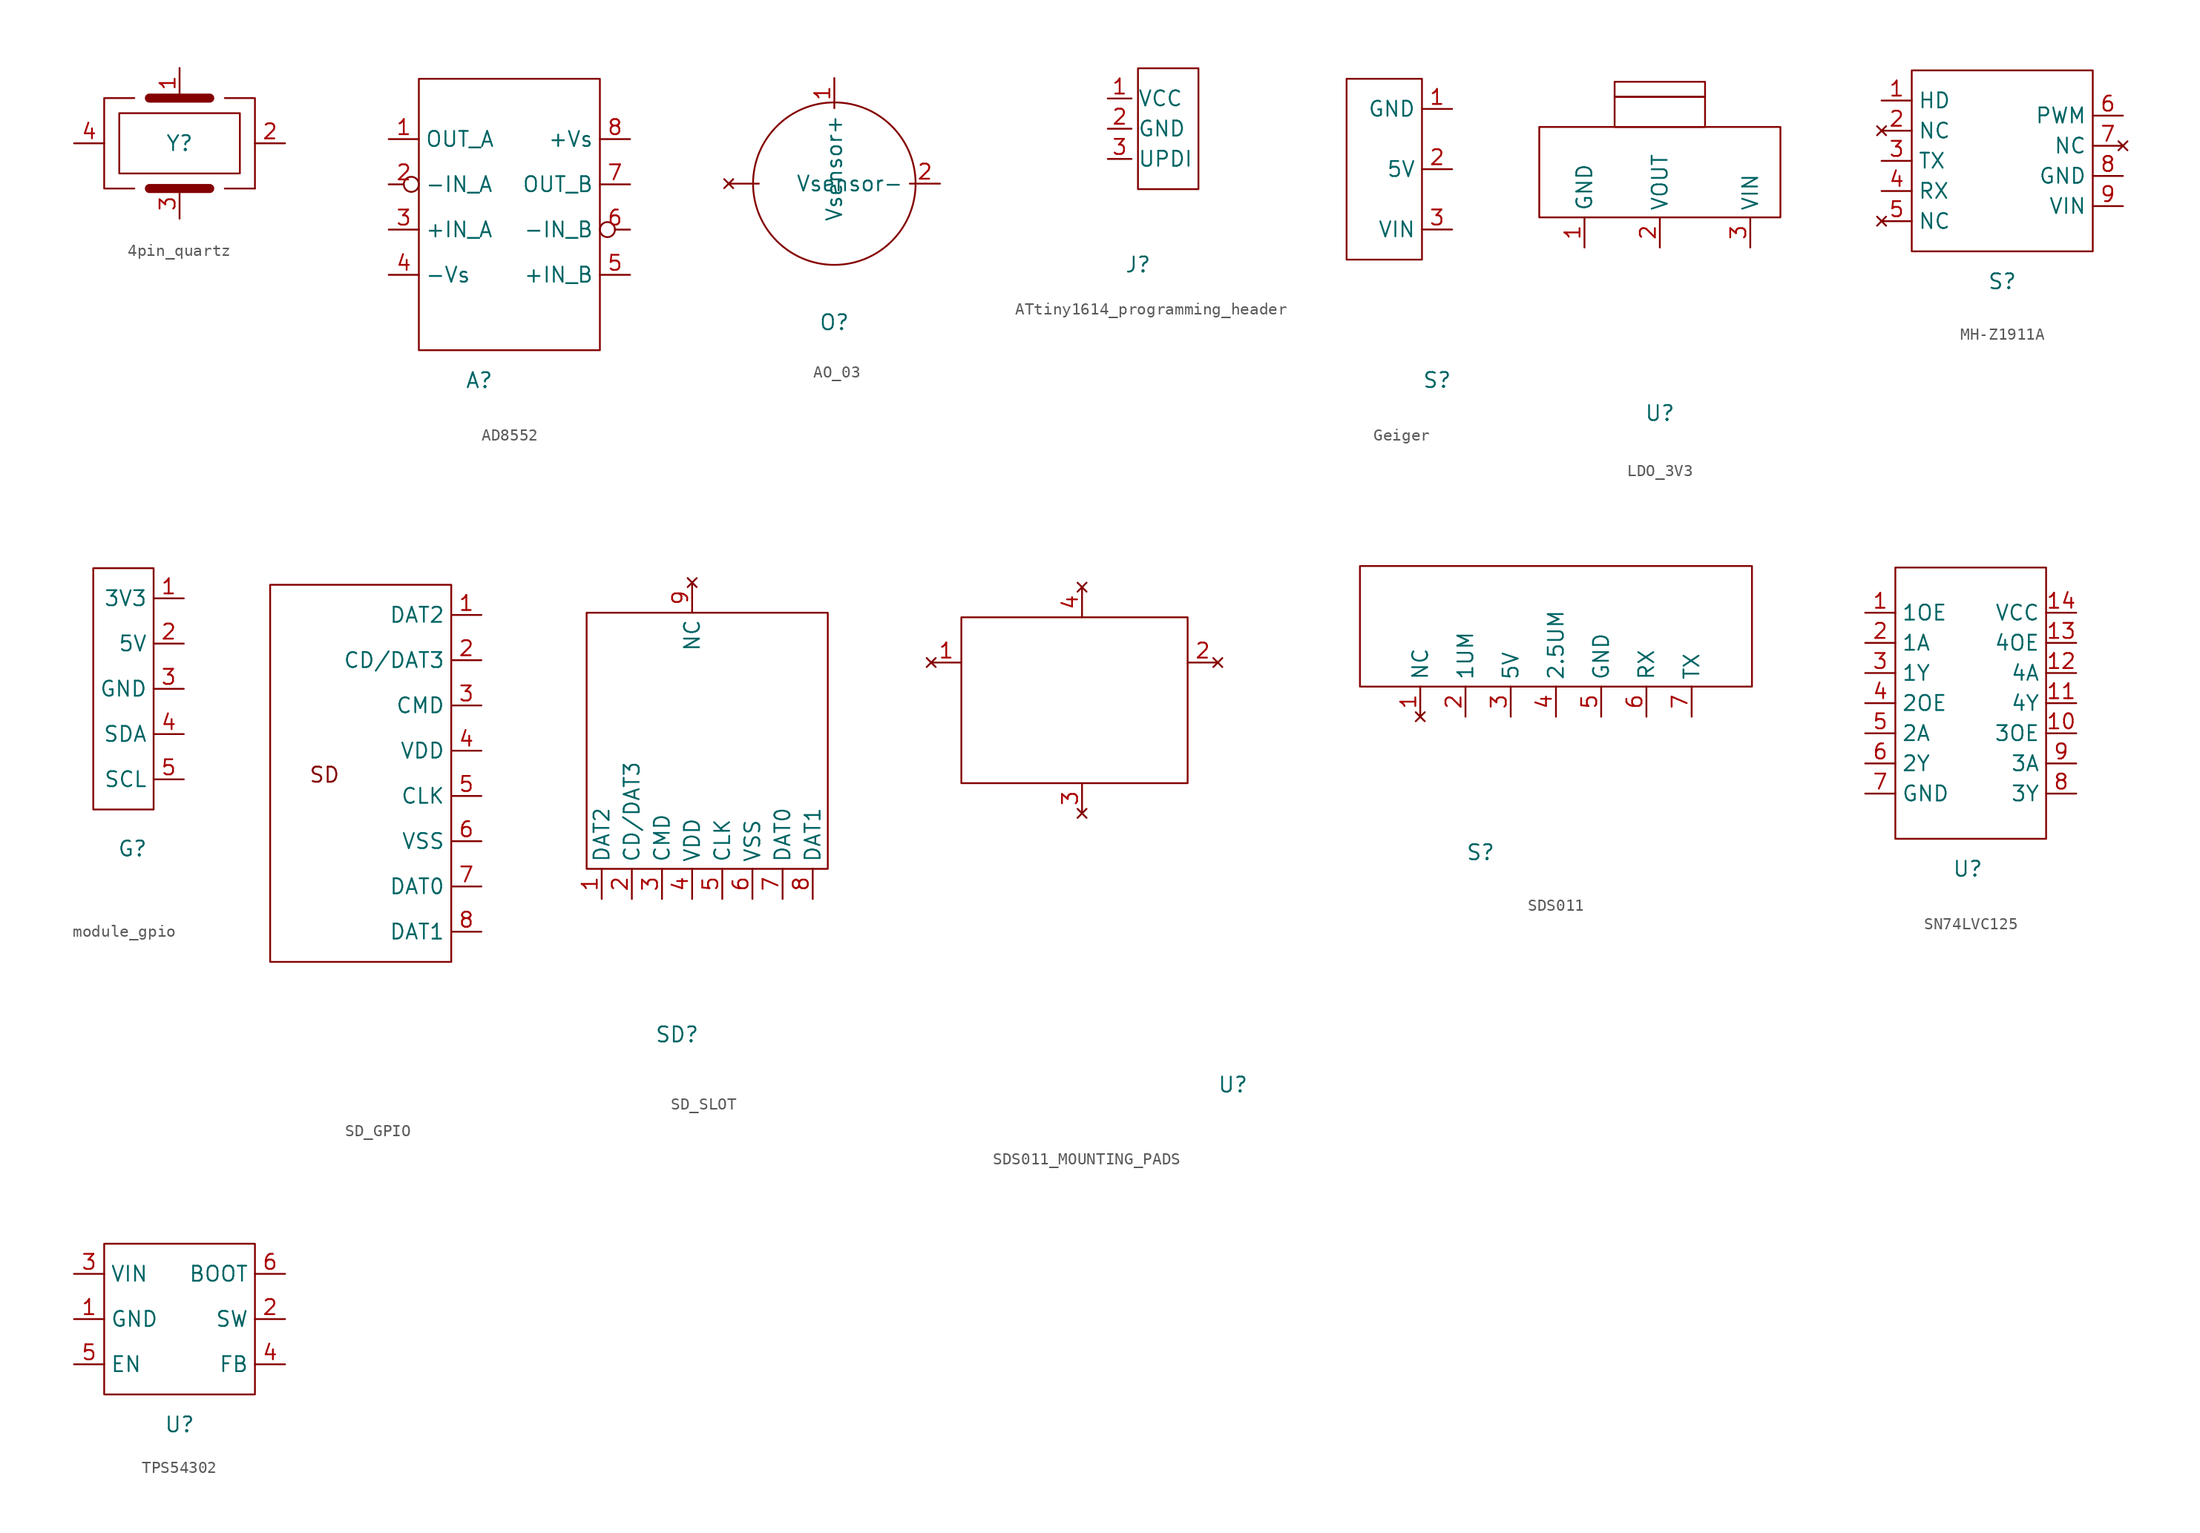
<source format=kicad_sym>
(kicad_symbol_lib
  (version 20241209)
  (generator "kicad_symbol_editor")
  (generator_version "9.0")
  (symbol "4pin_quartz"
    (property "Reference" "Y"
      (at 0 0 0)
      (effects (font (size 1.27 1.27))))
    (property "Value" ""
      (at 0 0 0)
      (effects (font (size 1.27 1.27))))
    (symbol "4pin_quartz_0_1"
      (rectangle (start -5.08 2.54) (end 5.08 -2.54) (stroke (width 0) (type default)) (fill (type none)))
      (polyline (pts (xy -3.81 3.81) (xy -6.35 3.81) (xy -6.35 -3.81) (xy -3.81 -3.81)) (stroke (width 0) (type default)) (fill (type none)))
      (polyline (pts (xy -2.54 3.81) (xy 2.54 3.81)) (stroke (width 0.762) (type default)) (fill (type none)))
      (polyline (pts (xy -2.54 -3.81) (xy 2.54 -3.81)) (stroke (width 0.762) (type default)) (fill (type none)))
      (polyline (pts (xy 3.81 3.81) (xy 6.35 3.81) (xy 6.35 -3.81)) (stroke (width 0) (type default)) (fill (type none)))
      (polyline (pts (xy 6.35 -3.81) (xy 3.81 -3.81)) (stroke (width 0) (type default)) (fill (type none))))
    (symbol "4pin_quartz_1_1"
      (pin power_in line (at -8.89 0 0) (length 2.54) (name "" (effects (font (size 1.27 1.27)))) (number "4" (effects (font (size 1.27 1.27)))))
      (pin passive line (at 0 6.35 270) (length 2.54) (name "" (effects (font (size 1.27 1.27)))) (number "1" (effects (font (size 1.27 1.27)))))
      (pin passive line (at 0 -6.35 90) (length 2.54) (name "" (effects (font (size 1.27 1.27)))) (number "3" (effects (font (size 1.27 1.27)))))
      (pin power_in line (at 8.89 0 180) (length 2.54) (name "" (effects (font (size 1.27 1.27)))) (number "2" (effects (font (size 1.27 1.27)))))))
  (symbol "AD8552"
    (property "Reference" "A"
      (at 0 0 0)
      (effects (font (size 1.27 1.27))))
    (property "Value" ""
      (at 0 0 0)
      (effects (font (size 1.27 1.27))))
    (symbol "AD8552_0_1"
      (rectangle (start -5.08 25.4) (end 10.16 2.54) (stroke (width 0) (type default)) (fill (type none))))
    (symbol "AD8552_1_1"
      (pin output line (at -7.62 20.32 0) (length 2.54) (name "OUT_A" (effects (font (size 1.27 1.27)))) (number "1" (effects (font (size 1.27 1.27)))))
      (pin input inverted (at -7.62 16.51 0) (length 2.54) (name "-IN_A" (effects (font (size 1.27 1.27)))) (number "2" (effects (font (size 1.27 1.27)))))
      (pin input line (at -7.62 12.7 0) (length 2.54) (name "+IN_A" (effects (font (size 1.27 1.27)))) (number "3" (effects (font (size 1.27 1.27)))))
      (pin power_in line (at -7.62 8.89 0) (length 2.54) (name "-Vs" (effects (font (size 1.27 1.27)))) (number "4" (effects (font (size 1.27 1.27)))))
      (pin power_in line (at 12.7 20.32 180) (length 2.54) (name "+Vs" (effects (font (size 1.27 1.27)))) (number "8" (effects (font (size 1.27 1.27)))))
      (pin output line (at 12.7 16.51 180) (length 2.54) (name "OUT_B" (effects (font (size 1.27 1.27)))) (number "7" (effects (font (size 1.27 1.27)))))
      (pin input inverted (at 12.7 12.7 180) (length 2.54) (name "-IN_B" (effects (font (size 1.27 1.27)))) (number "6" (effects (font (size 1.27 1.27)))))
      (pin input line (at 12.7 8.89 180) (length 2.54) (name "+IN_B" (effects (font (size 1.27 1.27)))) (number "5" (effects (font (size 1.27 1.27)))))))
  (symbol "AO_03"
    (property "Reference" "O"
      (at 0 -9.144 0)
      (effects (font (size 1.27 1.27))))
    (property "Value" ""
      (at 0 0 0)
      (effects (font (size 1.27 1.27))))
    (symbol "AO_03_0_1"
      (circle (center 0 2.54) (radius 6.839) (stroke (width 0) (type default)) (fill (type none))))
    (symbol "AO_03_1_1"
      (pin no_connect line (at -8.89 2.54 0) (length 2.54) (name "" (effects (font (size 1.27 1.27)))) (number "" (effects (font (size 1.27 1.27)))))
      (pin passive line (at 0 11.43 270) (length 2.54) (name "Vsensor+" (effects (font (size 1.27 1.27)))) (number "1" (effects (font (size 1.27 1.27)))))
      (pin passive line (at 8.89 2.54 180) (length 2.54) (name "Vsensor-" (effects (font (size 1.27 1.27)))) (number "2" (effects (font (size 1.27 1.27)))))))
  (symbol "ATtiny1614_programming_header"
    (property "Reference" "J"
      (at 0 0 0)
      (effects (font (size 1.27 1.27))))
    (property "Value" ""
      (at 0 0 0)
      (effects (font (size 1.27 1.27))))
    (symbol "ATtiny1614_programming_header_0_1"
      (rectangle (start 0 16.51) (end 5.08 6.35) (stroke (width 0) (type default)) (fill (type none))))
    (symbol "ATtiny1614_programming_header_1_1"
      (pin power_in line (at -2.54 13.97 0) (length 2) (name "VCC" (effects (font (size 1.27 1.27)))) (number "1" (effects (font (size 1.27 1.27)))))
      (pin power_in line (at -2.54 11.43 0) (length 2) (name "GND" (effects (font (size 1.27 1.27)))) (number "2" (effects (font (size 1.27 1.27)))))
      (pin bidirectional line (at -2.54 8.89 0) (length 2) (name "UPDI" (effects (font (size 1.27 1.27)))) (number "3" (effects (font (size 1.27 1.27)))))))
  (symbol "Geiger"
    (property "Reference" "S"
      (at 0 0 0)
      (effects (font (size 1.27 1.27))))
    (property "Value" ""
      (at 0 0 0)
      (effects (font (size 1.27 1.27))))
    (symbol "Geiger_0_1"
      (rectangle (start -1.27 25.4) (end -7.62 10.16) (stroke (width 0) (type default)) (fill (type none))))
    (symbol "Geiger_1_1"
      (pin power_in line (at 1.27 22.86 180) (length 2.54) (name "GND" (effects (font (size 1.27 1.27)))) (number "1" (effects (font (size 1.27 1.27)))))
      (pin power_in line (at 1.27 17.78 180) (length 2.54) (name "5V" (effects (font (size 1.27 1.27)))) (number "2" (effects (font (size 1.27 1.27)))))
      (pin output line (at 1.27 12.7 180) (length 2.54) (name "VIN" (effects (font (size 1.27 1.27)))) (number "3" (effects (font (size 1.27 1.27)))))))
  (symbol "LDO_3V3"
    (property "Reference" "U"
      (at 0 0 0)
      (effects (font (size 1.27 1.27))))
    (property "Value" ""
      (at 0 0 0)
      (effects (font (size 1.27 1.27))))
    (symbol "LDO_3V3_0_1"
      (rectangle (start -10.16 16.51) (end 10.16 24.13) (stroke (width 0) (type default)) (fill (type none)))
      (rectangle (start -3.81 26.67) (end 3.81 27.94) (stroke (width 0) (type default)) (fill (type none)))
      (rectangle (start -3.81 24.13) (end 3.81 26.67) (stroke (width 0) (type default)) (fill (type none))))
    (symbol "LDO_3V3_1_1"
      (pin power_in line (at -6.35 13.97 90) (length 2.54) (name "GND" (effects (font (size 1.27 1.27)))) (number "1" (effects (font (size 1.27 1.27)))))
      (pin power_out line (at 0 13.97 90) (length 2.54) (name "VOUT" (effects (font (size 1.27 1.27)))) (number "2" (effects (font (size 1.27 1.27)))))
      (pin power_in line (at 7.62 13.97 90) (length 2.54) (name "VIN" (effects (font (size 1.27 1.27)))) (number "3" (effects (font (size 1.27 1.27)))))))
  (symbol "MH-Z1911A"
    (property "Reference" "S"
      (at 2.54 1.27 0)
      (effects (font (size 1.27 1.27))))
    (property "Value" ""
      (at 0 0 0)
      (effects (font (size 1.27 1.27))))
    (symbol "MH-Z1911A_0_1"
      (rectangle (start -5.08 19.05) (end 10.16 3.81) (stroke (width 0) (type default)) (fill (type none))))
    (symbol "MH-Z1911A_1_1"
      (pin bidirectional line (at -7.62 16.51 0) (length 2.54) (name "HD" (effects (font (size 1.27 1.27)))) (number "1" (effects (font (size 1.27 1.27)))))
      (pin no_connect line (at -7.62 13.97 0) (length 2.54) (name "NC" (effects (font (size 1.27 1.27)))) (number "2" (effects (font (size 1.27 1.27)))))
      (pin bidirectional line (at -7.62 11.43 0) (length 2.54) (name "TX" (effects (font (size 1.27 1.27)))) (number "3" (effects (font (size 1.27 1.27)))))
      (pin input line (at -7.62 8.89 0) (length 2.54) (name "RX" (effects (font (size 1.27 1.27)))) (number "4" (effects (font (size 1.27 1.27)))))
      (pin no_connect line (at -7.62 6.35 0) (length 2.54) (name "NC" (effects (font (size 1.27 1.27)))) (number "5" (effects (font (size 1.27 1.27)))))
      (pin bidirectional line (at 12.7 15.24 180) (length 2.54) (name "PWM" (effects (font (size 1.27 1.27)))) (number "6" (effects (font (size 1.27 1.27)))))
      (pin no_connect line (at 12.7 12.7 180) (length 2.54) (name "NC" (effects (font (size 1.27 1.27)))) (number "7" (effects (font (size 1.27 1.27)))))
      (pin power_in line (at 12.7 10.16 180) (length 2.54) (name "GND" (effects (font (size 1.27 1.27)))) (number "8" (effects (font (size 1.27 1.27)))))
      (pin power_in line (at 12.7 7.62 180) (length 2.54) (name "VIN" (effects (font (size 1.27 1.27)))) (number "9" (effects (font (size 1.27 1.27)))))))
  (symbol "module_gpio"
    (property "Reference" "G"
      (at 5.842 3.048 0)
      (effects (font (size 1.27 1.27))))
    (property "Value" ""
      (at 0 0 0)
      (effects (font (size 1.27 1.27))))
    (symbol "module_gpio_0_1"
      (rectangle (start 7.62 26.67) (end 2.54 6.35) (stroke (width 0) (type default)) (fill (type none))))
    (symbol "module_gpio_1_1"
      (pin power_in line (at 10.16 24.13 180) (length 2.54) (name "3V3" (effects (font (size 1.27 1.27)))) (number "1" (effects (font (size 1.27 1.27)))))
      (pin power_in line (at 10.16 20.32 180) (length 2.54) (name "5V" (effects (font (size 1.27 1.27)))) (number "2" (effects (font (size 1.27 1.27)))))
      (pin power_in line (at 10.16 16.51 180) (length 2.54) (name "GND" (effects (font (size 1.27 1.27)))) (number "3" (effects (font (size 1.27 1.27)))))
      (pin bidirectional line (at 10.16 12.7 180) (length 2.54) (name "SDA" (effects (font (size 1.27 1.27)))) (number "4" (effects (font (size 1.27 1.27)))))
      (pin bidirectional line (at 10.16 8.89 180) (length 2.54) (name "SCL" (effects (font (size 1.27 1.27)))) (number "5" (effects (font (size 1.27 1.27)))))))
  (symbol "SD_GPIO"
    (property "Reference" "S"
      (at 0 0 0)
      (effects (font (size 1.27 1.27)) (hide yes)))
    (property "Value" ""
      (at 0 0 0)
      (effects (font (size 1.27 1.27))))
    (symbol "SD_GPIO_0_1"
      (rectangle (start -15.24 40.64) (end 0 8.89) (stroke (width 0) (type default)) (fill (type none))))
    (symbol "SD_GPIO_1_1"
      (text "SD" (at -10.668 24.638 0) (effects (font (size 1.27 1.27))))
      (pin passive line (at 2.54 38.1 180) (length 2.54) (name "DAT2" (effects (font (size 1.27 1.27)))) (number "1" (effects (font (size 1.27 1.27)))))
      (pin input line (at 2.54 34.29 180) (length 2.54) (name "CD/DAT3" (effects (font (size 1.27 1.27)))) (number "2" (effects (font (size 1.27 1.27)))))
      (pin input line (at 2.54 30.48 180) (length 2.54) (name "CMD" (effects (font (size 1.27 1.27)))) (number "3" (effects (font (size 1.27 1.27)))))
      (pin power_in line (at 2.54 26.67 180) (length 2.54) (name "VDD" (effects (font (size 1.27 1.27)))) (number "4" (effects (font (size 1.27 1.27)))))
      (pin input line (at 2.54 22.86 180) (length 2.54) (name "CLK" (effects (font (size 1.27 1.27)))) (number "5" (effects (font (size 1.27 1.27)))))
      (pin power_in line (at 2.54 19.05 180) (length 2.54) (name "VSS" (effects (font (size 1.27 1.27)))) (number "6" (effects (font (size 1.27 1.27)))))
      (pin output line (at 2.54 15.24 180) (length 2.54) (name "DAT0" (effects (font (size 1.27 1.27)))) (number "7" (effects (font (size 1.27 1.27)))))
      (pin passive line (at 2.54 11.43 180) (length 2.54) (name "DAT1" (effects (font (size 1.27 1.27)))) (number "8" (effects (font (size 1.27 1.27)))))))
  (symbol "SD_SLOT"
    (property "Reference" "SD"
      (at 0 0 0)
      (effects (font (size 1.27 1.27))))
    (property "Value" ""
      (at 0 0 0)
      (effects (font (size 1.27 1.27))))
    (symbol "SD_SLOT_0_1"
      (rectangle (start -7.62 35.56) (end 12.7 13.97) (stroke (width 0) (type default)) (fill (type none))))
    (symbol "SD_SLOT_1_1"
      (pin passive line (at -6.35 11.43 90) (length 2.54) (name "DAT2" (effects (font (size 1.27 1.27)))) (number "1" (effects (font (size 1.27 1.27)))))
      (pin input line (at -3.81 11.43 90) (length 2.54) (name "CD/DAT3" (effects (font (size 1.27 1.27)))) (number "2" (effects (font (size 1.27 1.27)))))
      (pin input line (at -1.27 11.43 90) (length 2.54) (name "CMD" (effects (font (size 1.27 1.27)))) (number "3" (effects (font (size 1.27 1.27)))))
      (pin no_connect line (at 1.27 38.1 270) (length 2.54) (name "NC" (effects (font (size 1.27 1.27)))) (number "9" (effects (font (size 1.27 1.27)))))
      (pin power_in line (at 1.27 11.43 90) (length 2.54) (name "VDD" (effects (font (size 1.27 1.27)))) (number "4" (effects (font (size 1.27 1.27)))))
      (pin input line (at 3.81 11.43 90) (length 2.54) (name "CLK" (effects (font (size 1.27 1.27)))) (number "5" (effects (font (size 1.27 1.27)))))
      (pin power_in line (at 6.35 11.43 90) (length 2.54) (name "VSS" (effects (font (size 1.27 1.27)))) (number "6" (effects (font (size 1.27 1.27)))))
      (pin passive line (at 8.89 11.43 90) (length 2.54) (name "DAT0" (effects (font (size 1.27 1.27)))) (number "7" (effects (font (size 1.27 1.27)))))
      (pin passive line (at 11.43 11.43 90) (length 2.54) (name "DAT1" (effects (font (size 1.27 1.27)))) (number "8" (effects (font (size 1.27 1.27)))))))
  (symbol "SDS011_MOUNTING_PADS"
    (property "Reference" "U"
      (at 0 0 0)
      (effects (font (size 1.27 1.27))))
    (property "Value" ""
      (at 0 0 0)
      (effects (font (size 1.27 1.27))))
    (symbol "SDS011_MOUNTING_PADS_0_1"
      (rectangle (start -22.86 39.37) (end -3.81 25.4) (stroke (width 0) (type default)) (fill (type none))))
    (symbol "SDS011_MOUNTING_PADS_1_1"
      (pin no_connect line (at -25.4 35.56 0) (length 2.54) (name "" (effects (font (size 1.27 1.27)))) (number "1" (effects (font (size 1.27 1.27)))))
      (pin no_connect line (at -12.7 41.91 270) (length 2.54) (name "" (effects (font (size 1.27 1.27)))) (number "4" (effects (font (size 1.27 1.27)))))
      (pin no_connect line (at -12.7 22.86 90) (length 2.54) (name "" (effects (font (size 1.27 1.27)))) (number "3" (effects (font (size 1.27 1.27)))))
      (pin no_connect line (at -1.27 35.56 180) (length 2.54) (name "" (effects (font (size 1.27 1.27)))) (number "2" (effects (font (size 1.27 1.27)))))))
  (symbol "SDS011"
    (property "Reference" "S"
      (at 0 0 0)
      (effects (font (size 1.27 1.27))))
    (property "Value" ""
      (at 0 0 0)
      (effects (font (size 1.27 1.27))))
    (symbol "SDS011_0_1"
      (rectangle (start -10.16 13.97) (end 22.86 24.13) (stroke (width 0) (type default)) (fill (type none))))
    (symbol "SDS011_1_1"
      (pin no_connect line (at -5.08 11.43 90) (length 2.54) (name "NC" (effects (font (size 1.27 1.27)))) (number "1" (effects (font (size 1.27 1.27)))))
      (pin output line (at -1.27 11.43 90) (length 2.54) (name "1UM" (effects (font (size 1.27 1.27)))) (number "2" (effects (font (size 1.27 1.27)))))
      (pin power_in line (at 2.54 11.43 90) (length 2.54) (name "5V" (effects (font (size 1.27 1.27)))) (number "3" (effects (font (size 1.27 1.27)))))
      (pin output line (at 6.35 11.43 90) (length 2.54) (name "2.5UM" (effects (font (size 1.27 1.27)))) (number "4" (effects (font (size 1.27 1.27)))))
      (pin power_in line (at 10.16 11.43 90) (length 2.54) (name "GND" (effects (font (size 1.27 1.27)))) (number "5" (effects (font (size 1.27 1.27)))))
      (pin input line (at 13.97 11.43 90) (length 2.54) (name "RX" (effects (font (size 1.27 1.27)))) (number "6" (effects (font (size 1.27 1.27)))))
      (pin output line (at 17.78 11.43 90) (length 2.54) (name "TX" (effects (font (size 1.27 1.27)))) (number "7" (effects (font (size 1.27 1.27)))))))
  (symbol "SN74LVC125"
    (property "Reference" "U"
      (at 2.286 0 0)
      (effects (font (size 1.27 1.27))))
    (property "Value" ""
      (at 0 0 0)
      (effects (font (size 1.27 1.27))))
    (symbol "SN74LVC125_0_1"
      (rectangle (start -3.81 25.4) (end 8.89 2.54) (stroke (width 0) (type default)) (fill (type none))))
    (symbol "SN74LVC125_1_1"
      (pin input line (at -6.35 21.59 0) (length 2.54) (name "1OE" (effects (font (size 1.27 1.27)))) (number "1" (effects (font (size 1.27 1.27)))))
      (pin input line (at -6.35 19.05 0) (length 2.54) (name "1A" (effects (font (size 1.27 1.27)))) (number "2" (effects (font (size 1.27 1.27)))))
      (pin output line (at -6.35 16.51 0) (length 2.54) (name "1Y" (effects (font (size 1.27 1.27)))) (number "3" (effects (font (size 1.27 1.27)))))
      (pin input line (at -6.35 13.97 0) (length 2.54) (name "2OE" (effects (font (size 1.27 1.27)))) (number "4" (effects (font (size 1.27 1.27)))))
      (pin input line (at -6.35 11.43 0) (length 2.54) (name "2A" (effects (font (size 1.27 1.27)))) (number "5" (effects (font (size 1.27 1.27)))))
      (pin output line (at -6.35 8.89 0) (length 2.54) (name "2Y" (effects (font (size 1.27 1.27)))) (number "6" (effects (font (size 1.27 1.27)))))
      (pin power_in line (at -6.35 6.35 0) (length 2.54) (name "GND" (effects (font (size 1.27 1.27)))) (number "7" (effects (font (size 1.27 1.27)))))
      (pin power_in line (at 11.43 21.59 180) (length 2.54) (name "VCC" (effects (font (size 1.27 1.27)))) (number "14" (effects (font (size 1.27 1.27)))))
      (pin input line (at 11.43 19.05 180) (length 2.54) (name "4OE" (effects (font (size 1.27 1.27)))) (number "13" (effects (font (size 1.27 1.27)))))
      (pin input line (at 11.43 16.51 180) (length 2.54) (name "4A" (effects (font (size 1.27 1.27)))) (number "12" (effects (font (size 1.27 1.27)))))
      (pin output line (at 11.43 13.97 180) (length 2.54) (name "4Y" (effects (font (size 1.27 1.27)))) (number "11" (effects (font (size 1.27 1.27)))))
      (pin input line (at 11.43 11.43 180) (length 2.54) (name "3OE" (effects (font (size 1.27 1.27)))) (number "10" (effects (font (size 1.27 1.27)))))
      (pin input line (at 11.43 8.89 180) (length 2.54) (name "3A" (effects (font (size 1.27 1.27)))) (number "9" (effects (font (size 1.27 1.27)))))
      (pin output line (at 11.43 6.35 180) (length 2.54) (name "3Y" (effects (font (size 1.27 1.27)))) (number "8" (effects (font (size 1.27 1.27)))))))
  (symbol "TPS54302"
    (property "Reference" "U"
      (at 0 0 0)
      (effects (font (size 1.27 1.27))))
    (property "Value" ""
      (at 0 0 0)
      (effects (font (size 1.27 1.27))))
    (symbol "TPS54302_0_1"
      (rectangle (start -6.35 15.24) (end 6.35 2.54) (stroke (width 0) (type default)) (fill (type none))))
    (symbol "TPS54302_1_1"
      (pin power_in line (at -8.89 12.7 0) (length 2.54) (name "VIN" (effects (font (size 1.27 1.27)))) (number "3" (effects (font (size 1.27 1.27)))))
      (pin power_in line (at -8.89 8.89 0) (length 2.54) (name "GND" (effects (font (size 1.27 1.27)))) (number "1" (effects (font (size 1.27 1.27)))))
      (pin input line (at -8.89 5.08 0) (length 2.54) (name "EN" (effects (font (size 1.27 1.27)))) (number "5" (effects (font (size 1.27 1.27)))))
      (pin passive line (at 8.89 12.7 180) (length 2.54) (name "BOOT" (effects (font (size 1.27 1.27)))) (number "6" (effects (font (size 1.27 1.27)))))
      (pin power_out line (at 8.89 8.89 180) (length 2.54) (name "SW" (effects (font (size 1.27 1.27)))) (number "2" (effects (font (size 1.27 1.27)))))
      (pin input line (at 8.89 5.08 180) (length 2.54) (name "FB" (effects (font (size 1.27 1.27)))) (number "4" (effects (font (size 1.27 1.27))))))))
</source>
